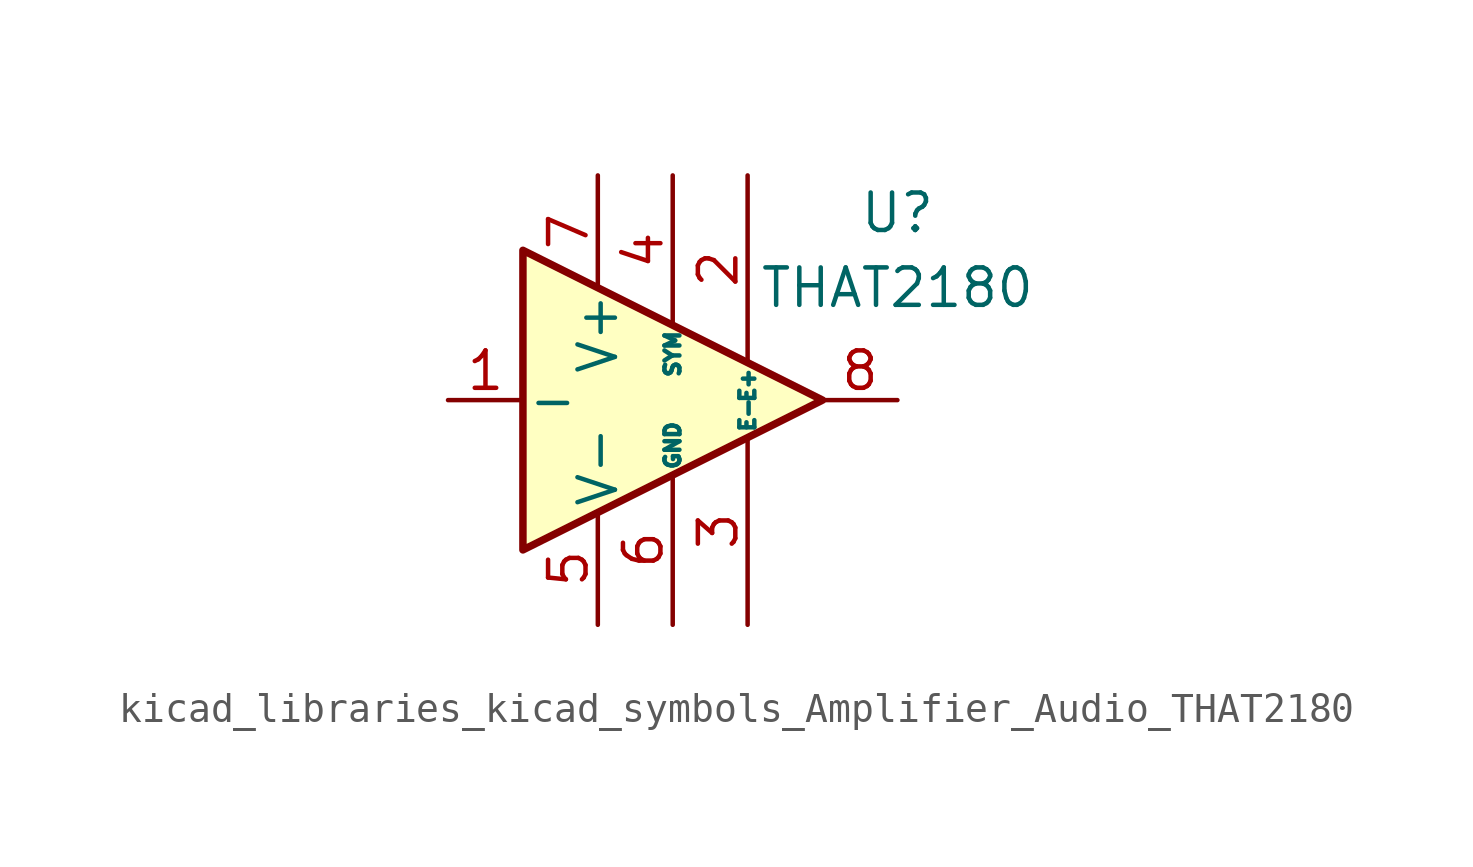
<source format=kicad_sym>
(kicad_symbol_lib
  (version 20220914)
  (generator kicad_symbol_editor)
  (symbol "kicad_libraries_kicad_symbols_Amplifier_Audio_THAT2180"
    (pin_names
      (offset 0.127))
    (property "Reference" "U"
      (at 7.62 6.35 0)
      (effects (font (size 1.27 1.27))))
    (property "Value" "THAT2180"
      (at 7.62 3.81 0)
      (effects (font (size 1.27 1.27))))
    (symbol "kicad_libraries_kicad_symbols_Amplifier_Audio_THAT2180_0_0"
      (pin power_in line (at -2.54 -7.62 90) (length 3.81) (name "V-" (effects (font (size 1.27 1.27)))) (number "5" (effects (font (size 1.27 1.27)))))
      (pin power_in line (at 0 -7.62 90) (length 5.08) (name "GND" (effects (font (size 0.508 0.508)))) (number "6" (effects (font (size 1.27 1.27)))))
      (pin power_in line (at -2.54 7.62 270) (length 3.81) (name "V+" (effects (font (size 1.27 1.27)))) (number "7" (effects (font (size 1.27 1.27))))))
    (symbol "kicad_libraries_kicad_symbols_Amplifier_Audio_THAT2180_0_1"
      (polyline (pts (xy -5.08 5.08) (xy 5.08 0) (xy -5.08 -5.08) (xy -5.08 5.08)) (stroke (width 0.254) (type default)) (fill (type background))))
    (symbol "kicad_libraries_kicad_symbols_Amplifier_Audio_THAT2180_1_1"
      (pin input line (at -7.62 0 0) (length 2.54) (name "-" (effects (font (size 1.27 1.27)))) (number "1" (effects (font (size 1.27 1.27)))))
      (pin input line (at 2.54 7.62 270) (length 6.35) (name "E+" (effects (font (size 0.508 0.508)))) (number "2" (effects (font (size 1.27 1.27)))))
      (pin input line (at 2.54 -7.62 90) (length 6.35) (name "E-" (effects (font (size 0.508 0.508)))) (number "3" (effects (font (size 1.27 1.27)))))
      (pin input line (at 0 7.62 270) (length 5.08) (name "SYM" (effects (font (size 0.508 0.508)))) (number "4" (effects (font (size 1.27 1.27)))))
      (pin output line (at 7.62 0 180) (length 2.54) (name "~" (effects (font (size 1.27 1.27)))) (number "8" (effects (font (size 1.27 1.27))))))))
</source>
